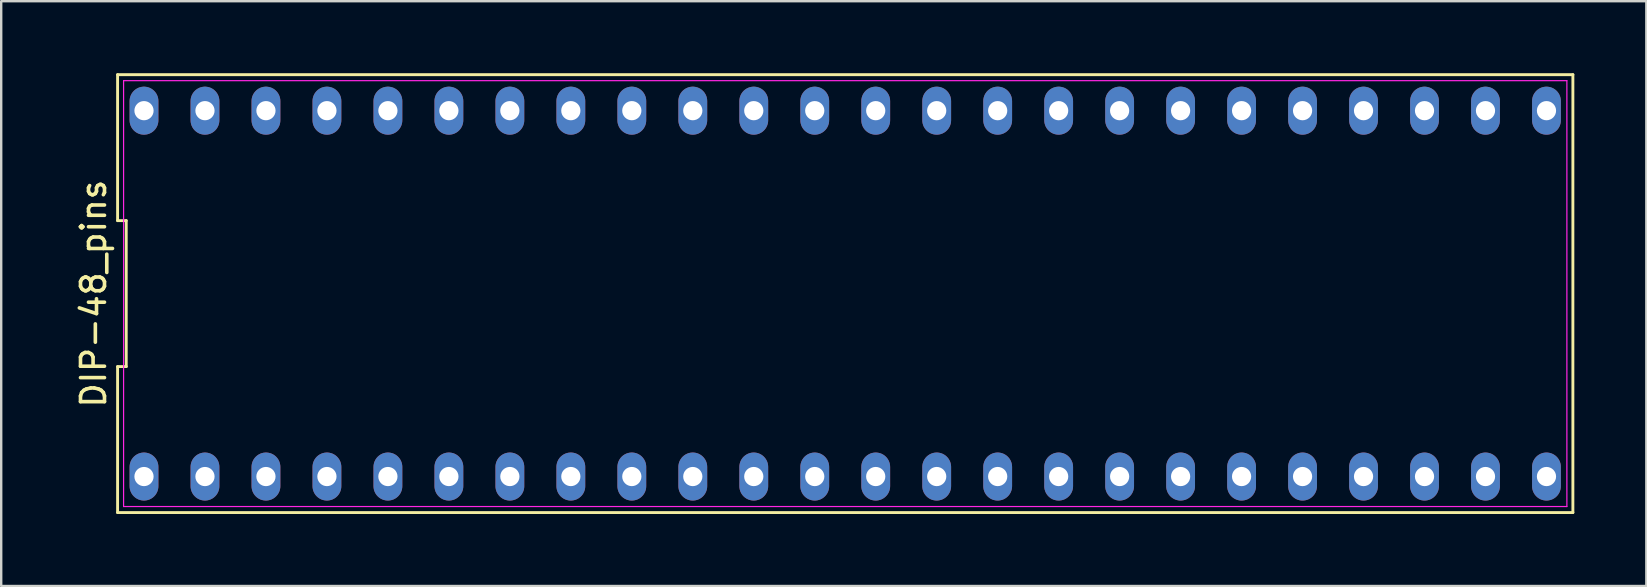
<source format=kicad_pcb>
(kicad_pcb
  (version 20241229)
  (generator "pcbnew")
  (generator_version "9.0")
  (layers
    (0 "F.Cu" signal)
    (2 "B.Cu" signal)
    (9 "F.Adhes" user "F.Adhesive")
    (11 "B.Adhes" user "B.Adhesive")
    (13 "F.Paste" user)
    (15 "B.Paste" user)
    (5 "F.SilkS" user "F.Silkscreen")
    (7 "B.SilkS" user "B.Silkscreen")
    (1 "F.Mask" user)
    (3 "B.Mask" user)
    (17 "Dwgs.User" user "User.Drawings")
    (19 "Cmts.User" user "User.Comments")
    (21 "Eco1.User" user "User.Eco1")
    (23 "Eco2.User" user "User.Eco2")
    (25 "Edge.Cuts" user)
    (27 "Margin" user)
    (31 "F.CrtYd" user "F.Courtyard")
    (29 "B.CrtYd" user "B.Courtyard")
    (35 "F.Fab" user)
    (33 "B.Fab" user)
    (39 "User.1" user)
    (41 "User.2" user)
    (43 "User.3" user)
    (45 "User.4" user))
  (footprint "DIP-48_pins"
    (layer "F.Cu")
    (at 32.158 9.18)
    (property "Reference" "DIP-48_pins" (at -31.31 0 90) (layer "F.SilkS") (effects (font (size 1 1) (thickness 0.15))))
    (attr through_hole)
    (fp_line (start -30.31 -9.12) (end -30.31 -3.04) (stroke (width 0.12) (type solid)) (layer "F.SilkS"))
    (fp_line (start -30.31 -3.04) (end -29.95 -3.04) (stroke (width 0.12) (type solid)) (layer "F.SilkS"))
    (fp_line (start -30.31 3.04) (end -30.31 9.12) (stroke (width 0.12) (type solid)) (layer "F.SilkS"))
    (fp_line (start -30.31 9.12) (end 30.31 9.12) (stroke (width 0.12) (type solid)) (layer "F.SilkS"))
    (fp_line (start -29.95 -3.04) (end -29.95 3.04) (stroke (width 0.12) (type solid)) (layer "F.SilkS"))
    (fp_line (start -29.95 3.04) (end -30.31 3.04) (stroke (width 0.12) (type solid)) (layer "F.SilkS"))
    (fp_line (start 30.31 -9.12) (end -30.31 -9.12) (stroke (width 0.12) (type solid)) (layer "F.SilkS"))
    (fp_line (start 30.31 9.12) (end 30.31 -9.12) (stroke (width 0.12) (type solid)) (layer "F.SilkS"))
    (fp_line (start -30.06 -8.87) (end 30.06 -8.87) (stroke (width 0.05) (type solid)) (layer "F.CrtYd"))
    (fp_line (start -30.06 8.87) (end -30.06 -8.87) (stroke (width 0.05) (type solid)) (layer "F.CrtYd"))
    (fp_line (start 30.06 -8.87) (end 30.06 8.87) (stroke (width 0.05) (type solid)) (layer "F.CrtYd"))
    (fp_line (start 30.06 8.87) (end -30.06 8.87) (stroke (width 0.05) (type solid)) (layer "F.CrtYd"))
    (pad "1" thru_hole oval (at -29.21 7.62) (size 1.2 2) (drill 0.8) (layers "*.Cu" "*.Mask"))
    (pad "2" thru_hole oval (at -26.67 7.62) (size 1.2 2) (drill 0.8) (layers "*.Cu" "*.Mask"))
    (pad "3" thru_hole oval (at -24.13 7.62) (size 1.2 2) (drill 0.8) (layers "*.Cu" "*.Mask"))
    (pad "4" thru_hole oval (at -21.59 7.62) (size 1.2 2) (drill 0.8) (layers "*.Cu" "*.Mask"))
    (pad "5" thru_hole oval (at -19.05 7.62) (size 1.2 2) (drill 0.8) (layers "*.Cu" "*.Mask"))
    (pad "6" thru_hole oval (at -16.51 7.62) (size 1.2 2) (drill 0.8) (layers "*.Cu" "*.Mask"))
    (pad "7" thru_hole oval (at -13.97 7.62) (size 1.2 2) (drill 0.8) (layers "*.Cu" "*.Mask"))
    (pad "8" thru_hole oval (at -11.43 7.62) (size 1.2 2) (drill 0.8) (layers "*.Cu" "*.Mask"))
    (pad "9" thru_hole oval (at -8.89 7.62) (size 1.2 2) (drill 0.8) (layers "*.Cu" "*.Mask"))
    (pad "10" thru_hole oval (at -6.35 7.62) (size 1.2 2) (drill 0.8) (layers "*.Cu" "*.Mask"))
    (pad "11" thru_hole oval (at -3.81 7.62) (size 1.2 2) (drill 0.8) (layers "*.Cu" "*.Mask"))
    (pad "12" thru_hole oval (at -1.27 7.62) (size 1.2 2) (drill 0.8) (layers "*.Cu" "*.Mask"))
    (pad "13" thru_hole oval (at 1.27 7.62) (size 1.2 2) (drill 0.8) (layers "*.Cu" "*.Mask"))
    (pad "14" thru_hole oval (at 3.81 7.62) (size 1.2 2) (drill 0.8) (layers "*.Cu" "*.Mask"))
    (pad "15" thru_hole oval (at 6.35 7.62) (size 1.2 2) (drill 0.8) (layers "*.Cu" "*.Mask"))
    (pad "16" thru_hole oval (at 8.89 7.62) (size 1.2 2) (drill 0.8) (layers "*.Cu" "*.Mask"))
    (pad "17" thru_hole oval (at 11.43 7.62) (size 1.2 2) (drill 0.8) (layers "*.Cu" "*.Mask"))
    (pad "18" thru_hole oval (at 13.97 7.62) (size 1.2 2) (drill 0.8) (layers "*.Cu" "*.Mask"))
    (pad "19" thru_hole oval (at 16.51 7.62) (size 1.2 2) (drill 0.8) (layers "*.Cu" "*.Mask"))
    (pad "20" thru_hole oval (at 19.05 7.62) (size 1.2 2) (drill 0.8) (layers "*.Cu" "*.Mask"))
    (pad "21" thru_hole oval (at 21.59 7.62) (size 1.2 2) (drill 0.8) (layers "*.Cu" "*.Mask"))
    (pad "22" thru_hole oval (at 24.13 7.62) (size 1.2 2) (drill 0.8) (layers "*.Cu" "*.Mask"))
    (pad "23" thru_hole oval (at 26.67 7.62) (size 1.2 2) (drill 0.8) (layers "*.Cu" "*.Mask"))
    (pad "24" thru_hole oval (at 29.21 7.62) (size 1.2 2) (drill 0.8) (layers "*.Cu" "*.Mask"))
    (pad "25" thru_hole oval (at 29.21 -7.62) (size 1.2 2) (drill 0.8) (layers "*.Cu" "*.Mask"))
    (pad "26" thru_hole oval (at 26.67 -7.62) (size 1.2 2) (drill 0.8) (layers "*.Cu" "*.Mask"))
    (pad "27" thru_hole oval (at 24.13 -7.62) (size 1.2 2) (drill 0.8) (layers "*.Cu" "*.Mask"))
    (pad "28" thru_hole oval (at 21.59 -7.62) (size 1.2 2) (drill 0.8) (layers "*.Cu" "*.Mask"))
    (pad "29" thru_hole oval (at 19.05 -7.62) (size 1.2 2) (drill 0.8) (layers "*.Cu" "*.Mask"))
    (pad "30" thru_hole oval (at 16.51 -7.62) (size 1.2 2) (drill 0.8) (layers "*.Cu" "*.Mask"))
    (pad "31" thru_hole oval (at 13.97 -7.62) (size 1.2 2) (drill 0.8) (layers "*.Cu" "*.Mask"))
    (pad "32" thru_hole oval (at 11.43 -7.62) (size 1.2 2) (drill 0.8) (layers "*.Cu" "*.Mask"))
    (pad "33" thru_hole oval (at 8.89 -7.62) (size 1.2 2) (drill 0.8) (layers "*.Cu" "*.Mask"))
    (pad "34" thru_hole oval (at 6.35 -7.62) (size 1.2 2) (drill 0.8) (layers "*.Cu" "*.Mask"))
    (pad "35" thru_hole oval (at 3.81 -7.62) (size 1.2 2) (drill 0.8) (layers "*.Cu" "*.Mask"))
    (pad "36" thru_hole oval (at 1.27 -7.62) (size 1.2 2) (drill 0.8) (layers "*.Cu" "*.Mask"))
    (pad "37" thru_hole oval (at -1.27 -7.62) (size 1.2 2) (drill 0.8) (layers "*.Cu" "*.Mask"))
    (pad "38" thru_hole oval (at -3.81 -7.62) (size 1.2 2) (drill 0.8) (layers "*.Cu" "*.Mask"))
    (pad "39" thru_hole oval (at -6.35 -7.62) (size 1.2 2) (drill 0.8) (layers "*.Cu" "*.Mask"))
    (pad "40" thru_hole oval (at -8.89 -7.62) (size 1.2 2) (drill 0.8) (layers "*.Cu" "*.Mask"))
    (pad "41" thru_hole oval (at -11.43 -7.62) (size 1.2 2) (drill 0.8) (layers "*.Cu" "*.Mask"))
    (pad "42" thru_hole oval (at -13.97 -7.62) (size 1.2 2) (drill 0.8) (layers "*.Cu" "*.Mask"))
    (pad "43" thru_hole oval (at -16.51 -7.62) (size 1.2 2) (drill 0.8) (layers "*.Cu" "*.Mask"))
    (pad "44" thru_hole oval (at -19.05 -7.62) (size 1.2 2) (drill 0.8) (layers "*.Cu" "*.Mask"))
    (pad "45" thru_hole oval (at -21.59 -7.62) (size 1.2 2) (drill 0.8) (layers "*.Cu" "*.Mask"))
    (pad "46" thru_hole oval (at -24.13 -7.62) (size 1.2 2) (drill 0.8) (layers "*.Cu" "*.Mask"))
    (pad "47" thru_hole oval (at -26.67 -7.62) (size 1.2 2) (drill 0.8) (layers "*.Cu" "*.Mask"))
    (pad "48" thru_hole oval (at -29.21 -7.62) (size 1.2 2) (drill 0.8) (layers "*.Cu" "*.Mask")))
  (gr_rect
    (start -3 -3)
    (end 65.528 21.36)
    (stroke (width 0.1) (type default))
    (fill no)
    (layer "Edge.Cuts")))
</source>
